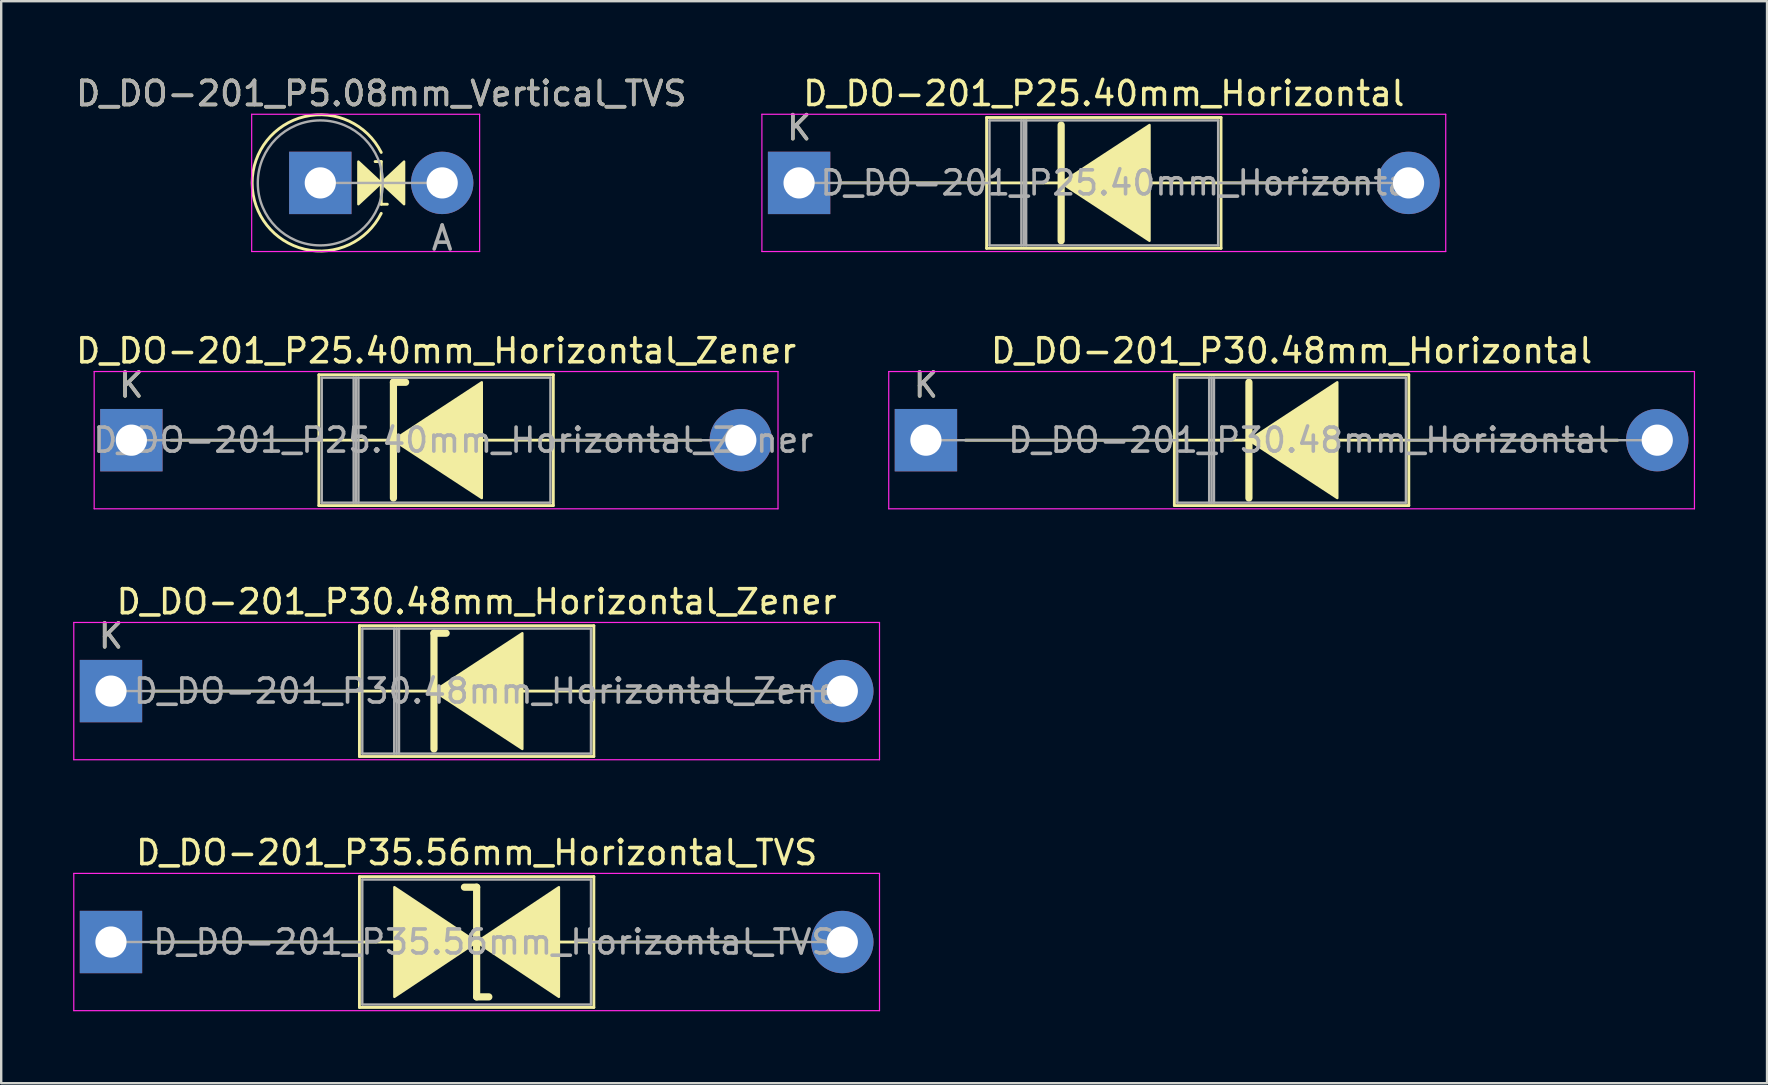
<source format=kicad_pcb>
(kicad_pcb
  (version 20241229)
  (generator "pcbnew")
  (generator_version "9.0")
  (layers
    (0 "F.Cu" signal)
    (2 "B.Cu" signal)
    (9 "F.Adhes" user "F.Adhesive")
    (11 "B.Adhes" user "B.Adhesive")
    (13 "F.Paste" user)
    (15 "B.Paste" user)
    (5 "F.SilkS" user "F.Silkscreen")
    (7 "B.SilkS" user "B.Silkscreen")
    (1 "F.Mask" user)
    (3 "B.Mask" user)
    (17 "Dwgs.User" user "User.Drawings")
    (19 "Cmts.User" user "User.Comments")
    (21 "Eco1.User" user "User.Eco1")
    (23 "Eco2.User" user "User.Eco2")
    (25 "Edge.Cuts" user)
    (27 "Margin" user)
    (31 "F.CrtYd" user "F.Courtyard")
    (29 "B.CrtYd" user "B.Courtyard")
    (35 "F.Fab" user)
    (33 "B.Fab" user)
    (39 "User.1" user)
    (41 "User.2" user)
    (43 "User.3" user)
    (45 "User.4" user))
  (footprint "D_DO-201_P35.56mm_Horizontal_TVS"
    (layer "F.Cu")
    (at 1.575 36.211)
    (property "Reference" "D_DO-201_P35.56mm_Horizontal_TVS" (at 15.24 -3.725 0) (layer "F.SilkS") (effects (font (size 1 1) (thickness 0.15))))
    (attr through_hole)
    (fp_line (start 1.651 0) (end 10.355 0) (stroke (width 0.12) (type solid)) (layer "F.SilkS"))
    (fp_line (start 10.355 -2.725) (end 10.355 2.725) (stroke (width 0.12) (type solid)) (layer "F.SilkS"))
    (fp_line (start 10.355 0) (end 11.811 0) (stroke (width 0.12) (type solid)) (layer "F.SilkS"))
    (fp_line (start 10.355 2.725) (end 20.125 2.725) (stroke (width 0.12) (type solid)) (layer "F.SilkS"))
    (fp_line (start 15.24 -2.286) (end 14.732 -2.286) (stroke (width 0.3) (type solid)) (layer "F.SilkS"))
    (fp_line (start 15.24 2.286) (end 15.24 -2.286) (stroke (width 0.3) (type solid)) (layer "F.SilkS"))
    (fp_line (start 15.748 2.286) (end 15.24 2.286) (stroke (width 0.3) (type solid)) (layer "F.SilkS"))
    (fp_line (start 18.669 0) (end 20.125 0) (stroke (width 0.12) (type solid)) (layer "F.SilkS"))
    (fp_line (start 20.125 -2.725) (end 10.355 -2.725) (stroke (width 0.12) (type solid)) (layer "F.SilkS"))
    (fp_line (start 20.125 2.725) (end 20.125 -2.725) (stroke (width 0.12) (type solid)) (layer "F.SilkS"))
    (fp_line (start 28.829 0) (end 20.125 0) (stroke (width 0.12) (type solid)) (layer "F.SilkS"))
    (fp_poly (pts (xy 15.24 0) (xy 11.811 2.286) (xy 11.811 -2.286)) (stroke (width 0.1) (type solid)) (fill yes) (layer "F.SilkS"))
    (fp_poly (pts (xy 15.24 0) (xy 18.669 -2.286) (xy 18.669 2.286)) (stroke (width 0.1) (type solid)) (fill yes) (layer "F.SilkS"))
    (fp_line (start -1.55 -2.86) (end -1.55 2.86) (stroke (width 0.05) (type solid)) (layer "F.CrtYd"))
    (fp_line (start -1.55 2.86) (end 32.03 2.86) (stroke (width 0.05) (type solid)) (layer "F.CrtYd"))
    (fp_line (start 32.03 -2.86) (end -1.55 -2.86) (stroke (width 0.05) (type solid)) (layer "F.CrtYd"))
    (fp_line (start 32.03 2.86) (end 32.03 -2.86) (stroke (width 0.05) (type solid)) (layer "F.CrtYd"))
    (fp_line (start 0 0) (end 10.475 0) (stroke (width 0.1) (type solid)) (layer "F.Fab"))
    (fp_line (start 10.475 -2.605) (end 10.475 2.605) (stroke (width 0.1) (type solid)) (layer "F.Fab"))
    (fp_line (start 10.475 2.605) (end 20.005 2.605) (stroke (width 0.1) (type solid)) (layer "F.Fab"))
    (fp_line (start 20.005 -2.605) (end 10.475 -2.605) (stroke (width 0.1) (type solid)) (layer "F.Fab"))
    (fp_line (start 20.005 2.605) (end 20.005 -2.605) (stroke (width 0.1) (type solid)) (layer "F.Fab"))
    (fp_line (start 30.48 0) (end 20.005 0) (stroke (width 0.1) (type solid)) (layer "F.Fab"))
    (fp_text user "${REFERENCE}" (at 15.955 0 0) (layer "F.Fab") (effects (font (size 1 1) (thickness 0.15))))
    (pad "1" thru_hole rect (at 0 0) (size 2.6 2.6) (drill 1.3) (layers "*.Cu" "*.Mask"))
    (pad "2" thru_hole oval (at 30.48 0) (size 2.6 2.6) (drill 1.3) (layers "*.Cu" "*.Mask")))
  (footprint "D_DO-201_P30.48mm_Horizontal"
    (layer "F.Cu")
    (at 35.54 15.295)
    (property "Reference" "D_DO-201_P30.48mm_Horizontal" (at 15.24 -3.725 0) (layer "F.SilkS") (effects (font (size 1 1) (thickness 0.15))))
    (attr through_hole)
    (fp_line (start 1.651 0) (end 10.355 0) (stroke (width 0.12) (type solid)) (layer "F.SilkS"))
    (fp_line (start 10.355 -2.725) (end 10.355 2.725) (stroke (width 0.12) (type solid)) (layer "F.SilkS"))
    (fp_line (start 10.355 2.725) (end 20.125 2.725) (stroke (width 0.12) (type solid)) (layer "F.SilkS"))
    (fp_line (start 13.462 -2.413) (end 13.462 2.413) (stroke (width 0.3) (type solid)) (layer "F.SilkS"))
    (fp_line (start 13.462 0) (end 10.355 0) (stroke (width 0.12) (type solid)) (layer "F.SilkS"))
    (fp_line (start 17.145 0) (end 20.125 0) (stroke (width 0.12) (type solid)) (layer "F.SilkS"))
    (fp_line (start 20.125 -2.725) (end 10.355 -2.725) (stroke (width 0.12) (type solid)) (layer "F.SilkS"))
    (fp_line (start 20.125 2.725) (end 20.125 -2.725) (stroke (width 0.12) (type solid)) (layer "F.SilkS"))
    (fp_line (start 28.829 0) (end 20.125 0) (stroke (width 0.12) (type solid)) (layer "F.SilkS"))
    (fp_poly (pts (xy 17.145 2.413) (xy 13.462 0) (xy 17.145 -2.413)) (stroke (width 0.1) (type solid)) (fill yes) (layer "F.SilkS"))
    (fp_line (start -1.55 -2.86) (end -1.55 2.86) (stroke (width 0.05) (type solid)) (layer "F.CrtYd"))
    (fp_line (start -1.55 2.86) (end 32.03 2.86) (stroke (width 0.05) (type solid)) (layer "F.CrtYd"))
    (fp_line (start 32.03 -2.86) (end -1.55 -2.86) (stroke (width 0.05) (type solid)) (layer "F.CrtYd"))
    (fp_line (start 32.03 2.86) (end 32.03 -2.86) (stroke (width 0.05) (type solid)) (layer "F.CrtYd"))
    (fp_line (start 0 0) (end 10.475 0) (stroke (width 0.1) (type solid)) (layer "F.Fab"))
    (fp_line (start 10.475 -2.605) (end 10.475 2.605) (stroke (width 0.1) (type solid)) (layer "F.Fab"))
    (fp_line (start 10.475 2.605) (end 20.005 2.605) (stroke (width 0.1) (type solid)) (layer "F.Fab"))
    (fp_line (start 11.805 -2.605) (end 11.805 2.605) (stroke (width 0.1) (type solid)) (layer "F.Fab"))
    (fp_line (start 11.905 -2.605) (end 11.905 2.605) (stroke (width 0.1) (type solid)) (layer "F.Fab"))
    (fp_line (start 12.005 -2.605) (end 12.005 2.605) (stroke (width 0.1) (type solid)) (layer "F.Fab"))
    (fp_line (start 20.005 -2.605) (end 10.475 -2.605) (stroke (width 0.1) (type solid)) (layer "F.Fab"))
    (fp_line (start 20.005 2.605) (end 20.005 -2.605) (stroke (width 0.1) (type solid)) (layer "F.Fab"))
    (fp_line (start 30.48 0) (end 20.005 0) (stroke (width 0.1) (type solid)) (layer "F.Fab"))
    (fp_text user "K" (at 0 -2.3 0) (layer "F.SilkS") (effects (font (size 1 1) (thickness 0.15))))
    (fp_text user "K" (at 0 -2.3 0) (layer "F.Fab") (effects (font (size 1 1) (thickness 0.15))))
    (fp_text user "${REFERENCE}" (at 15.955 0 0) (layer "F.Fab") (effects (font (size 1 1) (thickness 0.15))))
    (pad "1" thru_hole rect (at 0 0) (size 2.6 2.6) (drill 1.3) (layers "*.Cu" "*.Mask"))
    (pad "2" thru_hole oval (at 30.48 0) (size 2.6 2.6) (drill 1.3) (layers "*.Cu" "*.Mask")))
  (footprint "D_DO-201_P25.40mm_Horizontal"
    (layer "F.Cu")
    (at 30.254 4.573)
    (property "Reference" "D_DO-201_P25.40mm_Horizontal" (at 12.7 -3.725 0) (layer "F.SilkS") (effects (font (size 1 1) (thickness 0.15))))
    (attr through_hole)
    (fp_line (start 1.651 0) (end 7.815 0) (stroke (width 0.12) (type solid)) (layer "F.SilkS"))
    (fp_line (start 7.815 -2.725) (end 7.815 2.725) (stroke (width 0.12) (type solid)) (layer "F.SilkS"))
    (fp_line (start 7.815 2.725) (end 17.585 2.725) (stroke (width 0.12) (type solid)) (layer "F.SilkS"))
    (fp_line (start 10.922 -2.413) (end 10.922 2.413) (stroke (width 0.3) (type solid)) (layer "F.SilkS"))
    (fp_line (start 10.922 0) (end 7.815 0) (stroke (width 0.12) (type solid)) (layer "F.SilkS"))
    (fp_line (start 14.605 0) (end 17.585 0) (stroke (width 0.12) (type solid)) (layer "F.SilkS"))
    (fp_line (start 17.585 -2.725) (end 7.815 -2.725) (stroke (width 0.12) (type solid)) (layer "F.SilkS"))
    (fp_line (start 17.585 2.725) (end 17.585 -2.725) (stroke (width 0.12) (type solid)) (layer "F.SilkS"))
    (fp_line (start 23.749 0) (end 17.585 0) (stroke (width 0.12) (type solid)) (layer "F.SilkS"))
    (fp_poly (pts (xy 14.605 2.413) (xy 10.922 0) (xy 14.605 -2.413)) (stroke (width 0.1) (type solid)) (fill yes) (layer "F.SilkS"))
    (fp_line (start -1.55 -2.86) (end -1.55 2.86) (stroke (width 0.05) (type solid)) (layer "F.CrtYd"))
    (fp_line (start -1.55 2.86) (end 26.95 2.86) (stroke (width 0.05) (type solid)) (layer "F.CrtYd"))
    (fp_line (start 26.95 -2.86) (end -1.55 -2.86) (stroke (width 0.05) (type solid)) (layer "F.CrtYd"))
    (fp_line (start 26.95 2.86) (end 26.95 -2.86) (stroke (width 0.05) (type solid)) (layer "F.CrtYd"))
    (fp_line (start 0 0) (end 7.935 0) (stroke (width 0.1) (type solid)) (layer "F.Fab"))
    (fp_line (start 7.935 -2.605) (end 7.935 2.605) (stroke (width 0.1) (type solid)) (layer "F.Fab"))
    (fp_line (start 7.935 2.605) (end 17.465 2.605) (stroke (width 0.1) (type solid)) (layer "F.Fab"))
    (fp_line (start 9.264 -2.605) (end 9.264 2.605) (stroke (width 0.1) (type solid)) (layer "F.Fab"))
    (fp_line (start 9.364 -2.605) (end 9.364 2.605) (stroke (width 0.1) (type solid)) (layer "F.Fab"))
    (fp_line (start 9.464 -2.605) (end 9.464 2.605) (stroke (width 0.1) (type solid)) (layer "F.Fab"))
    (fp_line (start 17.465 -2.605) (end 7.935 -2.605) (stroke (width 0.1) (type solid)) (layer "F.Fab"))
    (fp_line (start 17.465 2.605) (end 17.465 -2.605) (stroke (width 0.1) (type solid)) (layer "F.Fab"))
    (fp_line (start 25.4 0) (end 17.465 0) (stroke (width 0.1) (type solid)) (layer "F.Fab"))
    (fp_text user "K" (at 0 -2.3 0) (layer "F.SilkS") (effects (font (size 1 1) (thickness 0.15))))
    (fp_text user "K" (at 0 -2.3 0) (layer "F.Fab") (effects (font (size 1 1) (thickness 0.15))))
    (fp_text user "${REFERENCE}" (at 13.415 0 0) (layer "F.Fab") (effects (font (size 1 1) (thickness 0.15))))
    (pad "1" thru_hole rect (at 0 0) (size 2.6 2.6) (drill 1.3) (layers "*.Cu" "*.Mask"))
    (pad "2" thru_hole oval (at 25.4 0) (size 2.6 2.6) (drill 1.3) (layers "*.Cu" "*.Mask")))
  (footprint "D_DO-201_P25.40mm_Horizontal_Zener"
    (layer "F.Cu")
    (at 2.425 15.295)
    (property "Reference" "D_DO-201_P25.40mm_Horizontal_Zener" (at 12.7 -3.725 0) (layer "F.SilkS") (effects (font (size 1 1) (thickness 0.15))))
    (attr through_hole)
    (fp_line (start 1.651 0) (end 7.815 0) (stroke (width 0.12) (type solid)) (layer "F.SilkS"))
    (fp_line (start 7.815 -2.725) (end 7.815 2.725) (stroke (width 0.12) (type solid)) (layer "F.SilkS"))
    (fp_line (start 7.815 2.725) (end 17.585 2.725) (stroke (width 0.12) (type solid)) (layer "F.SilkS"))
    (fp_line (start 10.922 -2.413) (end 10.922 2.413) (stroke (width 0.3) (type solid)) (layer "F.SilkS"))
    (fp_line (start 10.922 -2.413) (end 11.43 -2.413) (stroke (width 0.3) (type solid)) (layer "F.SilkS"))
    (fp_line (start 10.922 0) (end 7.815 0) (stroke (width 0.12) (type solid)) (layer "F.SilkS"))
    (fp_line (start 14.605 0) (end 17.585 0) (stroke (width 0.12) (type solid)) (layer "F.SilkS"))
    (fp_line (start 17.585 -2.725) (end 7.815 -2.725) (stroke (width 0.12) (type solid)) (layer "F.SilkS"))
    (fp_line (start 17.585 2.725) (end 17.585 -2.725) (stroke (width 0.12) (type solid)) (layer "F.SilkS"))
    (fp_line (start 23.749 0) (end 17.585 0) (stroke (width 0.12) (type solid)) (layer "F.SilkS"))
    (fp_poly (pts (xy 14.605 2.413) (xy 10.922 0) (xy 14.605 -2.413)) (stroke (width 0.1) (type solid)) (fill yes) (layer "F.SilkS"))
    (fp_line (start -1.55 -2.86) (end -1.55 2.86) (stroke (width 0.05) (type solid)) (layer "F.CrtYd"))
    (fp_line (start -1.55 2.86) (end 26.95 2.86) (stroke (width 0.05) (type solid)) (layer "F.CrtYd"))
    (fp_line (start 26.95 -2.86) (end -1.55 -2.86) (stroke (width 0.05) (type solid)) (layer "F.CrtYd"))
    (fp_line (start 26.95 2.86) (end 26.95 -2.86) (stroke (width 0.05) (type solid)) (layer "F.CrtYd"))
    (fp_line (start 0 0) (end 7.935 0) (stroke (width 0.1) (type solid)) (layer "F.Fab"))
    (fp_line (start 7.935 -2.605) (end 7.935 2.605) (stroke (width 0.1) (type solid)) (layer "F.Fab"))
    (fp_line (start 7.935 2.605) (end 17.465 2.605) (stroke (width 0.1) (type solid)) (layer "F.Fab"))
    (fp_line (start 9.264 -2.605) (end 9.264 2.605) (stroke (width 0.1) (type solid)) (layer "F.Fab"))
    (fp_line (start 9.364 -2.605) (end 9.364 2.605) (stroke (width 0.1) (type solid)) (layer "F.Fab"))
    (fp_line (start 9.464 -2.605) (end 9.464 2.605) (stroke (width 0.1) (type solid)) (layer "F.Fab"))
    (fp_line (start 17.465 -2.605) (end 7.935 -2.605) (stroke (width 0.1) (type solid)) (layer "F.Fab"))
    (fp_line (start 17.465 2.605) (end 17.465 -2.605) (stroke (width 0.1) (type solid)) (layer "F.Fab"))
    (fp_line (start 25.4 0) (end 17.465 0) (stroke (width 0.1) (type solid)) (layer "F.Fab"))
    (fp_text user "K" (at 0 -2.3 0) (layer "F.SilkS") (effects (font (size 1 1) (thickness 0.15))))
    (fp_text user "${REFERENCE}" (at 13.415 0 0) (layer "F.Fab") (effects (font (size 1 1) (thickness 0.15))))
    (fp_text user "K" (at 0 -2.3 0) (layer "F.Fab") (effects (font (size 1 1) (thickness 0.15))))
    (pad "1" thru_hole rect (at 0 0) (size 2.6 2.6) (drill 1.3) (layers "*.Cu" "*.Mask"))
    (pad "2" thru_hole oval (at 25.4 0) (size 2.6 2.6) (drill 1.3) (layers "*.Cu" "*.Mask")))
  (footprint "D_DO-201_P5.08mm_Vertical_TVS"
    (layer "F.Cu")
    (at 10.299 4.573)
    (property "Reference" "D_DO-201_P5.08mm_Vertical_TVS" (at 2.54 -3.725 0) (layer "F.SilkS") (effects (font (size 1 1) (thickness 0.15))))
    (attr through_hole)
    (fp_line (start 2.54 -0.889) (end 2.286 -0.889) (stroke (width 0.12) (type solid)) (layer "F.SilkS"))
    (fp_line (start 2.54 -0.889) (end 2.54 0.889) (stroke (width 0.12) (type solid)) (layer "F.SilkS"))
    (fp_line (start 2.54 0.889) (end 2.794 0.889) (stroke (width 0.12) (type solid)) (layer "F.SilkS"))
    (fp_arc (start 2.539999 1.27) (mid -2.839805 0.000001) (end 2.539999 -1.269999) (stroke (width 0.12) (type solid)) (layer "F.SilkS"))
    (fp_poly (pts (xy 1.587 -0.889) (xy 2.54 0) (xy 1.587 0.889)) (stroke (width 0.1) (type solid)) (fill yes) (layer "F.SilkS"))
    (fp_poly (pts (xy 3.493 0.889) (xy 2.54 0) (xy 3.493 -0.889)) (stroke (width 0.1) (type solid)) (fill yes) (layer "F.SilkS"))
    (fp_line (start -2.86 -2.86) (end -2.86 2.86) (stroke (width 0.05) (type solid)) (layer "F.CrtYd"))
    (fp_line (start -2.86 2.86) (end 6.64 2.86) (stroke (width 0.05) (type solid)) (layer "F.CrtYd"))
    (fp_line (start 6.64 -2.86) (end -2.86 -2.86) (stroke (width 0.05) (type solid)) (layer "F.CrtYd"))
    (fp_line (start 6.64 2.86) (end 6.64 -2.86) (stroke (width 0.05) (type solid)) (layer "F.CrtYd"))
    (fp_line (start 0 0) (end 5.08 0) (stroke (width 0.1) (type solid)) (layer "F.Fab"))
    (fp_circle (center 0 0) (end 2.605 0) (stroke (width 0.1) (type solid)) (fill no) (layer "F.Fab"))
    (fp_text user "A" (at 5.08 2.3 0) (layer "F.Fab") (effects (font (size 1 1) (thickness 0.15))))
    (fp_text user "${REFERENCE}" (at 2.54 -3.725 0) (layer "F.Fab") (effects (font (size 1 1) (thickness 0.15))))
    (pad "1" thru_hole rect (at 0 0) (size 2.6 2.6) (drill 1.3) (layers "*.Cu" "*.Mask"))
    (pad "2" thru_hole oval (at 5.08 0) (size 2.6 2.6) (drill 1.3) (layers "*.Cu" "*.Mask")))
  (footprint "D_DO-201_P30.48mm_Horizontal_Zener"
    (layer "F.Cu")
    (at 1.575 25.753)
    (property "Reference" "D_DO-201_P30.48mm_Horizontal_Zener" (at 15.24 -3.725 0) (layer "F.SilkS") (effects (font (size 1 1) (thickness 0.15))))
    (attr through_hole)
    (fp_line (start 1.651 0) (end 10.355 0) (stroke (width 0.12) (type solid)) (layer "F.SilkS"))
    (fp_line (start 10.355 -2.725) (end 10.355 2.725) (stroke (width 0.12) (type solid)) (layer "F.SilkS"))
    (fp_line (start 10.355 2.725) (end 20.125 2.725) (stroke (width 0.12) (type solid)) (layer "F.SilkS"))
    (fp_line (start 13.462 -2.413) (end 13.462 2.413) (stroke (width 0.3) (type solid)) (layer "F.SilkS"))
    (fp_line (start 13.462 -2.413) (end 13.97 -2.413) (stroke (width 0.3) (type solid)) (layer "F.SilkS"))
    (fp_line (start 13.462 0) (end 10.355 0) (stroke (width 0.12) (type solid)) (layer "F.SilkS"))
    (fp_line (start 17.145 0) (end 20.125 0) (stroke (width 0.12) (type solid)) (layer "F.SilkS"))
    (fp_line (start 20.125 -2.725) (end 10.355 -2.725) (stroke (width 0.12) (type solid)) (layer "F.SilkS"))
    (fp_line (start 20.125 2.725) (end 20.125 -2.725) (stroke (width 0.12) (type solid)) (layer "F.SilkS"))
    (fp_line (start 28.829 0) (end 20.125 0) (stroke (width 0.12) (type solid)) (layer "F.SilkS"))
    (fp_poly (pts (xy 17.145 2.413) (xy 13.462 0) (xy 17.145 -2.413)) (stroke (width 0.1) (type solid)) (fill yes) (layer "F.SilkS"))
    (fp_line (start -1.55 -2.86) (end -1.55 2.86) (stroke (width 0.05) (type solid)) (layer "F.CrtYd"))
    (fp_line (start -1.55 2.86) (end 32.03 2.86) (stroke (width 0.05) (type solid)) (layer "F.CrtYd"))
    (fp_line (start 32.03 -2.86) (end -1.55 -2.86) (stroke (width 0.05) (type solid)) (layer "F.CrtYd"))
    (fp_line (start 32.03 2.86) (end 32.03 -2.86) (stroke (width 0.05) (type solid)) (layer "F.CrtYd"))
    (fp_line (start 0 0) (end 10.475 0) (stroke (width 0.1) (type solid)) (layer "F.Fab"))
    (fp_line (start 10.475 -2.605) (end 10.475 2.605) (stroke (width 0.1) (type solid)) (layer "F.Fab"))
    (fp_line (start 10.475 2.605) (end 20.005 2.605) (stroke (width 0.1) (type solid)) (layer "F.Fab"))
    (fp_line (start 11.805 -2.605) (end 11.805 2.605) (stroke (width 0.1) (type solid)) (layer "F.Fab"))
    (fp_line (start 11.905 -2.605) (end 11.905 2.605) (stroke (width 0.1) (type solid)) (layer "F.Fab"))
    (fp_line (start 12.005 -2.605) (end 12.005 2.605) (stroke (width 0.1) (type solid)) (layer "F.Fab"))
    (fp_line (start 20.005 -2.605) (end 10.475 -2.605) (stroke (width 0.1) (type solid)) (layer "F.Fab"))
    (fp_line (start 20.005 2.605) (end 20.005 -2.605) (stroke (width 0.1) (type solid)) (layer "F.Fab"))
    (fp_line (start 30.48 0) (end 20.005 0) (stroke (width 0.1) (type solid)) (layer "F.Fab"))
    (fp_text user "K" (at 0 -2.3 0) (layer "F.SilkS") (effects (font (size 1 1) (thickness 0.15))))
    (fp_text user "K" (at 0 -2.3 0) (layer "F.Fab") (effects (font (size 1 1) (thickness 0.15))))
    (fp_text user "${REFERENCE}" (at 15.955 0 0) (layer "F.Fab") (effects (font (size 1 1) (thickness 0.15))))
    (pad "1" thru_hole rect (at 0 0) (size 2.6 2.6) (drill 1.3) (layers "*.Cu" "*.Mask"))
    (pad "2" thru_hole oval (at 30.48 0) (size 2.6 2.6) (drill 1.3) (layers "*.Cu" "*.Mask")))
  (gr_rect
    (start -3 -3)
    (end 70.595 42.096)
    (stroke (width 0.1) (type default))
    (fill no)
    (layer "Edge.Cuts")))
</source>
